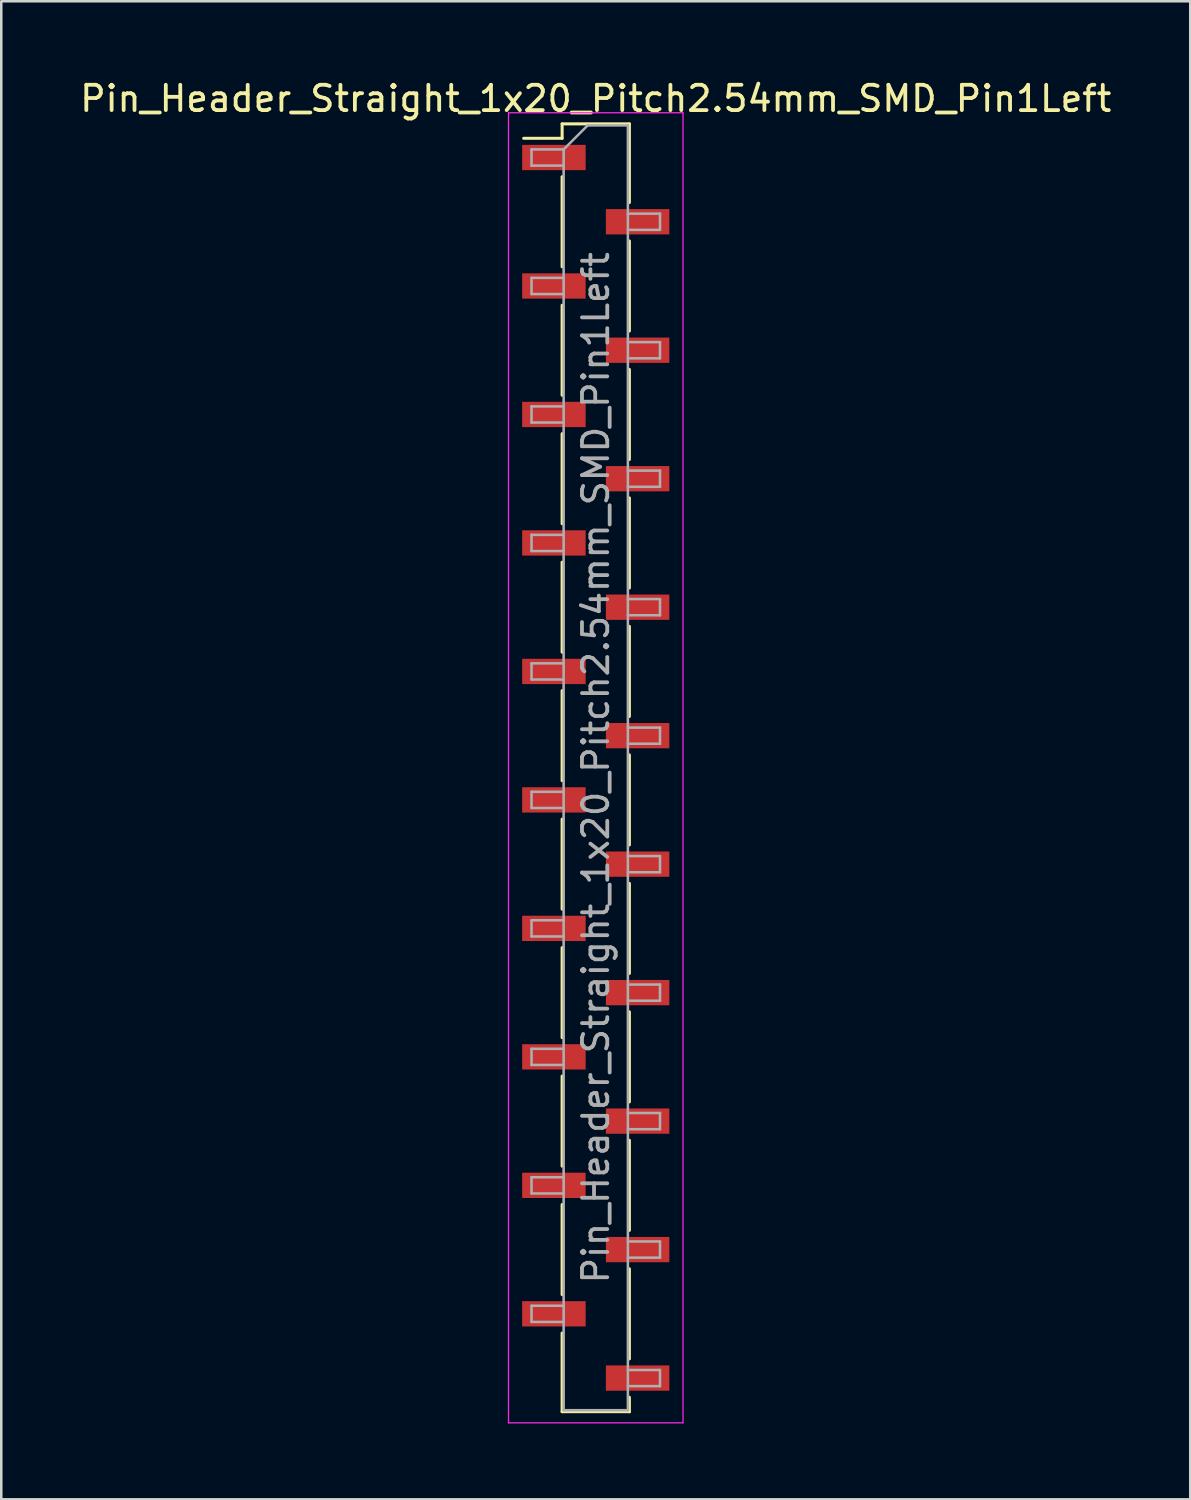
<source format=kicad_pcb>
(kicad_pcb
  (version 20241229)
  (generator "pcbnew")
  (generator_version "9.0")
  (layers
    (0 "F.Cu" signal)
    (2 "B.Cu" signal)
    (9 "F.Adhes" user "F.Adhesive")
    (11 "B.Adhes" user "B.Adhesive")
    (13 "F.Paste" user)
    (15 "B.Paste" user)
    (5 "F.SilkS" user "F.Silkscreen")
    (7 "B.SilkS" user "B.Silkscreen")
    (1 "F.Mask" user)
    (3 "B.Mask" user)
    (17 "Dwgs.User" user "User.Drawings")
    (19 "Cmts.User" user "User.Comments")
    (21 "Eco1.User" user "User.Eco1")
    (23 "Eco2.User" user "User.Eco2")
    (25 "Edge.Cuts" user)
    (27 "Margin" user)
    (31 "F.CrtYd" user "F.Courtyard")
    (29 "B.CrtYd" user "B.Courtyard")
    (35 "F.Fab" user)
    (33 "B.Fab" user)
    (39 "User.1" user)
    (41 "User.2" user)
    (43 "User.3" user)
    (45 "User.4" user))
  (footprint "Pin_Header_Straight_1x20_Pitch2.54mm_SMD_Pin1Left"
    (layer "F.Cu")
    (at 20.506 27.308)
    (property "Reference" "Pin_Header_Straight_1x20_Pitch2.54mm_SMD_Pin1Left" (at 0 -26.46 0) (layer "F.SilkS") (effects (font (size 1 1) (thickness 0.15))))
    (attr smd)
    (fp_line (start -1.33 -25.46) (end -1.33 -24.89) (stroke (width 0.12) (type solid)) (layer "F.SilkS"))
    (fp_line (start -1.33 -25.46) (end 1.33 -25.46) (stroke (width 0.12) (type solid)) (layer "F.SilkS"))
    (fp_line (start -1.33 -24.89) (end -2.85 -24.89) (stroke (width 0.12) (type solid)) (layer "F.SilkS"))
    (fp_line (start -1.33 -23.37) (end -1.33 -19.81) (stroke (width 0.12) (type solid)) (layer "F.SilkS"))
    (fp_line (start -1.33 -18.29) (end -1.33 -14.73) (stroke (width 0.12) (type solid)) (layer "F.SilkS"))
    (fp_line (start -1.33 -13.21) (end -1.33 -9.65) (stroke (width 0.12) (type solid)) (layer "F.SilkS"))
    (fp_line (start -1.33 -8.13) (end -1.33 -4.57) (stroke (width 0.12) (type solid)) (layer "F.SilkS"))
    (fp_line (start -1.33 -3.05) (end -1.33 0.51) (stroke (width 0.12) (type solid)) (layer "F.SilkS"))
    (fp_line (start -1.33 2.03) (end -1.33 5.59) (stroke (width 0.12) (type solid)) (layer "F.SilkS"))
    (fp_line (start -1.33 7.11) (end -1.33 10.67) (stroke (width 0.12) (type solid)) (layer "F.SilkS"))
    (fp_line (start -1.33 12.19) (end -1.33 15.75) (stroke (width 0.12) (type solid)) (layer "F.SilkS"))
    (fp_line (start -1.33 17.27) (end -1.33 20.83) (stroke (width 0.12) (type solid)) (layer "F.SilkS"))
    (fp_line (start -1.33 22.35) (end -1.33 25.46) (stroke (width 0.12) (type solid)) (layer "F.SilkS"))
    (fp_line (start -1.33 25.46) (end 1.33 25.46) (stroke (width 0.12) (type solid)) (layer "F.SilkS"))
    (fp_line (start 1.33 -25.46) (end 1.33 -22.35) (stroke (width 0.12) (type solid)) (layer "F.SilkS"))
    (fp_line (start 1.33 -20.83) (end 1.33 -17.27) (stroke (width 0.12) (type solid)) (layer "F.SilkS"))
    (fp_line (start 1.33 -15.75) (end 1.33 -12.19) (stroke (width 0.12) (type solid)) (layer "F.SilkS"))
    (fp_line (start 1.33 -10.67) (end 1.33 -7.11) (stroke (width 0.12) (type solid)) (layer "F.SilkS"))
    (fp_line (start 1.33 -5.59) (end 1.33 -2.03) (stroke (width 0.12) (type solid)) (layer "F.SilkS"))
    (fp_line (start 1.33 -0.51) (end 1.33 3.05) (stroke (width 0.12) (type solid)) (layer "F.SilkS"))
    (fp_line (start 1.33 4.57) (end 1.33 8.13) (stroke (width 0.12) (type solid)) (layer "F.SilkS"))
    (fp_line (start 1.33 9.65) (end 1.33 13.21) (stroke (width 0.12) (type solid)) (layer "F.SilkS"))
    (fp_line (start 1.33 14.73) (end 1.33 18.29) (stroke (width 0.12) (type solid)) (layer "F.SilkS"))
    (fp_line (start 1.33 19.81) (end 1.33 23.37) (stroke (width 0.12) (type solid)) (layer "F.SilkS"))
    (fp_line (start 1.33 24.89) (end 1.33 25.46) (stroke (width 0.12) (type solid)) (layer "F.SilkS"))
    (fp_line (start -3.45 -25.9) (end -3.45 25.9) (stroke (width 0.05) (type solid)) (layer "F.CrtYd"))
    (fp_line (start -3.45 25.9) (end 3.45 25.9) (stroke (width 0.05) (type solid)) (layer "F.CrtYd"))
    (fp_line (start 3.45 -25.9) (end -3.45 -25.9) (stroke (width 0.05) (type solid)) (layer "F.CrtYd"))
    (fp_line (start 3.45 25.9) (end 3.45 -25.9) (stroke (width 0.05) (type solid)) (layer "F.CrtYd"))
    (fp_line (start -2.54 -24.45) (end -2.54 -23.81) (stroke (width 0.1) (type solid)) (layer "F.Fab"))
    (fp_line (start -2.54 -23.81) (end -1.27 -23.81) (stroke (width 0.1) (type solid)) (layer "F.Fab"))
    (fp_line (start -2.54 -19.37) (end -2.54 -18.73) (stroke (width 0.1) (type solid)) (layer "F.Fab"))
    (fp_line (start -2.54 -18.73) (end -1.27 -18.73) (stroke (width 0.1) (type solid)) (layer "F.Fab"))
    (fp_line (start -2.54 -14.29) (end -2.54 -13.65) (stroke (width 0.1) (type solid)) (layer "F.Fab"))
    (fp_line (start -2.54 -13.65) (end -1.27 -13.65) (stroke (width 0.1) (type solid)) (layer "F.Fab"))
    (fp_line (start -2.54 -9.21) (end -2.54 -8.57) (stroke (width 0.1) (type solid)) (layer "F.Fab"))
    (fp_line (start -2.54 -8.57) (end -1.27 -8.57) (stroke (width 0.1) (type solid)) (layer "F.Fab"))
    (fp_line (start -2.54 -4.13) (end -2.54 -3.49) (stroke (width 0.1) (type solid)) (layer "F.Fab"))
    (fp_line (start -2.54 -3.49) (end -1.27 -3.49) (stroke (width 0.1) (type solid)) (layer "F.Fab"))
    (fp_line (start -2.54 0.95) (end -2.54 1.59) (stroke (width 0.1) (type solid)) (layer "F.Fab"))
    (fp_line (start -2.54 1.59) (end -1.27 1.59) (stroke (width 0.1) (type solid)) (layer "F.Fab"))
    (fp_line (start -2.54 6.03) (end -2.54 6.67) (stroke (width 0.1) (type solid)) (layer "F.Fab"))
    (fp_line (start -2.54 6.67) (end -1.27 6.67) (stroke (width 0.1) (type solid)) (layer "F.Fab"))
    (fp_line (start -2.54 11.11) (end -2.54 11.75) (stroke (width 0.1) (type solid)) (layer "F.Fab"))
    (fp_line (start -2.54 11.75) (end -1.27 11.75) (stroke (width 0.1) (type solid)) (layer "F.Fab"))
    (fp_line (start -2.54 16.19) (end -2.54 16.83) (stroke (width 0.1) (type solid)) (layer "F.Fab"))
    (fp_line (start -2.54 16.83) (end -1.27 16.83) (stroke (width 0.1) (type solid)) (layer "F.Fab"))
    (fp_line (start -2.54 21.27) (end -2.54 21.91) (stroke (width 0.1) (type solid)) (layer "F.Fab"))
    (fp_line (start -2.54 21.91) (end -1.27 21.91) (stroke (width 0.1) (type solid)) (layer "F.Fab"))
    (fp_line (start -1.27 -24.45) (end -2.54 -24.45) (stroke (width 0.1) (type solid)) (layer "F.Fab"))
    (fp_line (start -1.27 -24.45) (end -0.32 -25.4) (stroke (width 0.1) (type solid)) (layer "F.Fab"))
    (fp_line (start -1.27 -19.37) (end -2.54 -19.37) (stroke (width 0.1) (type solid)) (layer "F.Fab"))
    (fp_line (start -1.27 -14.29) (end -2.54 -14.29) (stroke (width 0.1) (type solid)) (layer "F.Fab"))
    (fp_line (start -1.27 -9.21) (end -2.54 -9.21) (stroke (width 0.1) (type solid)) (layer "F.Fab"))
    (fp_line (start -1.27 -4.13) (end -2.54 -4.13) (stroke (width 0.1) (type solid)) (layer "F.Fab"))
    (fp_line (start -1.27 0.95) (end -2.54 0.95) (stroke (width 0.1) (type solid)) (layer "F.Fab"))
    (fp_line (start -1.27 6.03) (end -2.54 6.03) (stroke (width 0.1) (type solid)) (layer "F.Fab"))
    (fp_line (start -1.27 11.11) (end -2.54 11.11) (stroke (width 0.1) (type solid)) (layer "F.Fab"))
    (fp_line (start -1.27 16.19) (end -2.54 16.19) (stroke (width 0.1) (type solid)) (layer "F.Fab"))
    (fp_line (start -1.27 21.27) (end -2.54 21.27) (stroke (width 0.1) (type solid)) (layer "F.Fab"))
    (fp_line (start -1.27 25.4) (end -1.27 -24.45) (stroke (width 0.1) (type solid)) (layer "F.Fab"))
    (fp_line (start -0.32 -25.4) (end 1.27 -25.4) (stroke (width 0.1) (type solid)) (layer "F.Fab"))
    (fp_line (start 1.27 -25.4) (end 1.27 25.4) (stroke (width 0.1) (type solid)) (layer "F.Fab"))
    (fp_line (start 1.27 -21.91) (end 2.54 -21.91) (stroke (width 0.1) (type solid)) (layer "F.Fab"))
    (fp_line (start 1.27 -16.83) (end 2.54 -16.83) (stroke (width 0.1) (type solid)) (layer "F.Fab"))
    (fp_line (start 1.27 -11.75) (end 2.54 -11.75) (stroke (width 0.1) (type solid)) (layer "F.Fab"))
    (fp_line (start 1.27 -6.67) (end 2.54 -6.67) (stroke (width 0.1) (type solid)) (layer "F.Fab"))
    (fp_line (start 1.27 -1.59) (end 2.54 -1.59) (stroke (width 0.1) (type solid)) (layer "F.Fab"))
    (fp_line (start 1.27 3.49) (end 2.54 3.49) (stroke (width 0.1) (type solid)) (layer "F.Fab"))
    (fp_line (start 1.27 8.57) (end 2.54 8.57) (stroke (width 0.1) (type solid)) (layer "F.Fab"))
    (fp_line (start 1.27 13.65) (end 2.54 13.65) (stroke (width 0.1) (type solid)) (layer "F.Fab"))
    (fp_line (start 1.27 18.73) (end 2.54 18.73) (stroke (width 0.1) (type solid)) (layer "F.Fab"))
    (fp_line (start 1.27 23.81) (end 2.54 23.81) (stroke (width 0.1) (type solid)) (layer "F.Fab"))
    (fp_line (start 1.27 25.4) (end -1.27 25.4) (stroke (width 0.1) (type solid)) (layer "F.Fab"))
    (fp_line (start 2.54 -21.91) (end 2.54 -21.27) (stroke (width 0.1) (type solid)) (layer "F.Fab"))
    (fp_line (start 2.54 -21.27) (end 1.27 -21.27) (stroke (width 0.1) (type solid)) (layer "F.Fab"))
    (fp_line (start 2.54 -16.83) (end 2.54 -16.19) (stroke (width 0.1) (type solid)) (layer "F.Fab"))
    (fp_line (start 2.54 -16.19) (end 1.27 -16.19) (stroke (width 0.1) (type solid)) (layer "F.Fab"))
    (fp_line (start 2.54 -11.75) (end 2.54 -11.11) (stroke (width 0.1) (type solid)) (layer "F.Fab"))
    (fp_line (start 2.54 -11.11) (end 1.27 -11.11) (stroke (width 0.1) (type solid)) (layer "F.Fab"))
    (fp_line (start 2.54 -6.67) (end 2.54 -6.03) (stroke (width 0.1) (type solid)) (layer "F.Fab"))
    (fp_line (start 2.54 -6.03) (end 1.27 -6.03) (stroke (width 0.1) (type solid)) (layer "F.Fab"))
    (fp_line (start 2.54 -1.59) (end 2.54 -0.95) (stroke (width 0.1) (type solid)) (layer "F.Fab"))
    (fp_line (start 2.54 -0.95) (end 1.27 -0.95) (stroke (width 0.1) (type solid)) (layer "F.Fab"))
    (fp_line (start 2.54 3.49) (end 2.54 4.13) (stroke (width 0.1) (type solid)) (layer "F.Fab"))
    (fp_line (start 2.54 4.13) (end 1.27 4.13) (stroke (width 0.1) (type solid)) (layer "F.Fab"))
    (fp_line (start 2.54 8.57) (end 2.54 9.21) (stroke (width 0.1) (type solid)) (layer "F.Fab"))
    (fp_line (start 2.54 9.21) (end 1.27 9.21) (stroke (width 0.1) (type solid)) (layer "F.Fab"))
    (fp_line (start 2.54 13.65) (end 2.54 14.29) (stroke (width 0.1) (type solid)) (layer "F.Fab"))
    (fp_line (start 2.54 14.29) (end 1.27 14.29) (stroke (width 0.1) (type solid)) (layer "F.Fab"))
    (fp_line (start 2.54 18.73) (end 2.54 19.37) (stroke (width 0.1) (type solid)) (layer "F.Fab"))
    (fp_line (start 2.54 19.37) (end 1.27 19.37) (stroke (width 0.1) (type solid)) (layer "F.Fab"))
    (fp_line (start 2.54 23.81) (end 2.54 24.45) (stroke (width 0.1) (type solid)) (layer "F.Fab"))
    (fp_line (start 2.54 24.45) (end 1.27 24.45) (stroke (width 0.1) (type solid)) (layer "F.Fab"))
    (fp_text user "${REFERENCE}" (at 0 0 90) (layer "F.Fab") (effects (font (size 1 1) (thickness 0.15))))
    (pad "1" smd rect (at -1.655 -24.13) (size 2.51 1) (layers "F.Cu" "F.Mask" "F.Paste"))
    (pad "2" smd rect (at 1.655 -21.59) (size 2.51 1) (layers "F.Cu" "F.Mask" "F.Paste"))
    (pad "3" smd rect (at -1.655 -19.05) (size 2.51 1) (layers "F.Cu" "F.Mask" "F.Paste"))
    (pad "4" smd rect (at 1.655 -16.51) (size 2.51 1) (layers "F.Cu" "F.Mask" "F.Paste"))
    (pad "5" smd rect (at -1.655 -13.97) (size 2.51 1) (layers "F.Cu" "F.Mask" "F.Paste"))
    (pad "6" smd rect (at 1.655 -11.43) (size 2.51 1) (layers "F.Cu" "F.Mask" "F.Paste"))
    (pad "7" smd rect (at -1.655 -8.89) (size 2.51 1) (layers "F.Cu" "F.Mask" "F.Paste"))
    (pad "8" smd rect (at 1.655 -6.35) (size 2.51 1) (layers "F.Cu" "F.Mask" "F.Paste"))
    (pad "9" smd rect (at -1.655 -3.81) (size 2.51 1) (layers "F.Cu" "F.Mask" "F.Paste"))
    (pad "10" smd rect (at 1.655 -1.27) (size 2.51 1) (layers "F.Cu" "F.Mask" "F.Paste"))
    (pad "11" smd rect (at -1.655 1.27) (size 2.51 1) (layers "F.Cu" "F.Mask" "F.Paste"))
    (pad "12" smd rect (at 1.655 3.81) (size 2.51 1) (layers "F.Cu" "F.Mask" "F.Paste"))
    (pad "13" smd rect (at -1.655 6.35) (size 2.51 1) (layers "F.Cu" "F.Mask" "F.Paste"))
    (pad "14" smd rect (at 1.655 8.89) (size 2.51 1) (layers "F.Cu" "F.Mask" "F.Paste"))
    (pad "15" smd rect (at -1.655 11.43) (size 2.51 1) (layers "F.Cu" "F.Mask" "F.Paste"))
    (pad "16" smd rect (at 1.655 13.97) (size 2.51 1) (layers "F.Cu" "F.Mask" "F.Paste"))
    (pad "17" smd rect (at -1.655 16.51) (size 2.51 1) (layers "F.Cu" "F.Mask" "F.Paste"))
    (pad "18" smd rect (at 1.655 19.05) (size 2.51 1) (layers "F.Cu" "F.Mask" "F.Paste"))
    (pad "19" smd rect (at -1.655 21.59) (size 2.51 1) (layers "F.Cu" "F.Mask" "F.Paste"))
    (pad "20" smd rect (at 1.655 24.13) (size 2.51 1) (layers "F.Cu" "F.Mask" "F.Paste")))
  (gr_rect
    (start -3 -3)
    (end 44.012 56.233)
    (stroke (width 0.1) (type default))
    (fill no)
    (layer "Edge.Cuts")))
</source>
